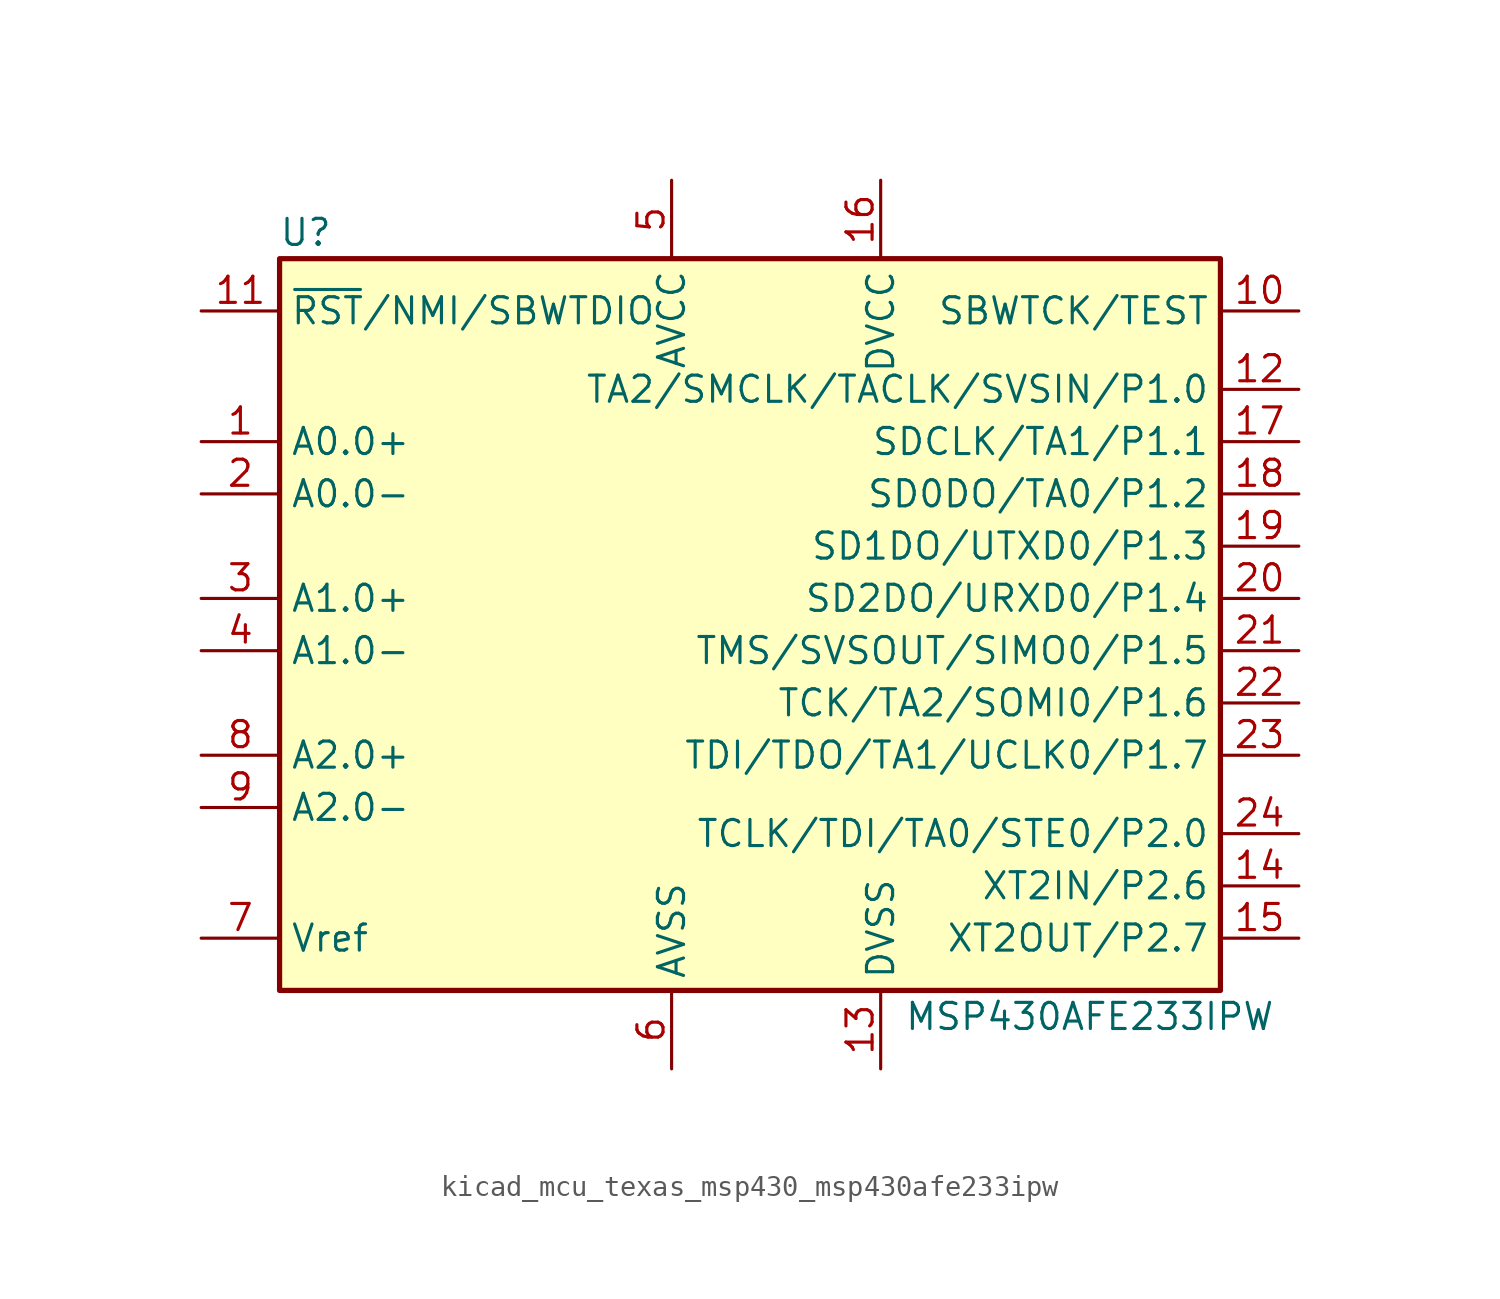
<source format=kicad_sym>
(kicad_symbol_lib
  (version 20220914)
  (generator kicad_symbol_editor)
  (symbol "kicad_mcu_texas_msp430_msp430afe233ipw"
    (property "Reference" "U"
      (at -22.86 19.05 0)
      (effects (font (size 1.27 1.27))))
    (property "Value" "MSP430AFE233IPW"
      (at 15.24 -19.05 0)
      (effects (font (size 1.27 1.27))))
    (symbol "kicad_mcu_texas_msp430_msp430afe233ipw_0_1"
      (rectangle (start -24.13 17.78) (end 21.59 -17.78) (stroke (width 0.254) (type default)) (fill (type background))))
    (symbol "kicad_mcu_texas_msp430_msp430afe233ipw_1_1"
      (pin passive line (at -27.94 8.89 0) (length 3.81) (name "A0.0+" (effects (font (size 1.27 1.27)))) (number "1" (effects (font (size 1.27 1.27)))))
      (pin input line (at 25.4 15.24 180) (length 3.81) (name "SBWTCK/TEST" (effects (font (size 1.27 1.27)))) (number "10" (effects (font (size 1.27 1.27)))))
      (pin input line (at -27.94 15.24 0) (length 3.81) (name "~{RST}/NMI/SBWTDIO" (effects (font (size 1.27 1.27)))) (number "11" (effects (font (size 1.27 1.27)))))
      (pin bidirectional line (at 25.4 11.43 180) (length 3.81) (name "TA2/SMCLK/TACLK/SVSIN/P1.0" (effects (font (size 1.27 1.27)))) (number "12" (effects (font (size 1.27 1.27)))))
      (pin power_in line (at 5.08 -21.59 90) (length 3.81) (name "DVSS" (effects (font (size 1.27 1.27)))) (number "13" (effects (font (size 1.27 1.27)))))
      (pin bidirectional line (at 25.4 -12.7 180) (length 3.81) (name "XT2IN/P2.6" (effects (font (size 1.27 1.27)))) (number "14" (effects (font (size 1.27 1.27)))))
      (pin bidirectional line (at 25.4 -15.24 180) (length 3.81) (name "XT2OUT/P2.7" (effects (font (size 1.27 1.27)))) (number "15" (effects (font (size 1.27 1.27)))))
      (pin power_in line (at 5.08 21.59 270) (length 3.81) (name "DVCC" (effects (font (size 1.27 1.27)))) (number "16" (effects (font (size 1.27 1.27)))))
      (pin bidirectional line (at 25.4 8.89 180) (length 3.81) (name "SDCLK/TA1/P1.1" (effects (font (size 1.27 1.27)))) (number "17" (effects (font (size 1.27 1.27)))))
      (pin bidirectional line (at 25.4 6.35 180) (length 3.81) (name "SD0DO/TA0/P1.2" (effects (font (size 1.27 1.27)))) (number "18" (effects (font (size 1.27 1.27)))))
      (pin bidirectional line (at 25.4 3.81 180) (length 3.81) (name "SD1DO/UTXD0/P1.3" (effects (font (size 1.27 1.27)))) (number "19" (effects (font (size 1.27 1.27)))))
      (pin passive line (at -27.94 6.35 0) (length 3.81) (name "A0.0-" (effects (font (size 1.27 1.27)))) (number "2" (effects (font (size 1.27 1.27)))))
      (pin bidirectional line (at 25.4 1.27 180) (length 3.81) (name "SD2DO/URXD0/P1.4" (effects (font (size 1.27 1.27)))) (number "20" (effects (font (size 1.27 1.27)))))
      (pin bidirectional line (at 25.4 -1.27 180) (length 3.81) (name "TMS/SVSOUT/SIMO0/P1.5" (effects (font (size 1.27 1.27)))) (number "21" (effects (font (size 1.27 1.27)))))
      (pin bidirectional line (at 25.4 -3.81 180) (length 3.81) (name "TCK/TA2/SOMI0/P1.6" (effects (font (size 1.27 1.27)))) (number "22" (effects (font (size 1.27 1.27)))))
      (pin bidirectional line (at 25.4 -6.35 180) (length 3.81) (name "TDI/TDO/TA1/UCLK0/P1.7" (effects (font (size 1.27 1.27)))) (number "23" (effects (font (size 1.27 1.27)))))
      (pin bidirectional line (at 25.4 -10.16 180) (length 3.81) (name "TCLK/TDI/TA0/STE0/P2.0" (effects (font (size 1.27 1.27)))) (number "24" (effects (font (size 1.27 1.27)))))
      (pin passive line (at -27.94 1.27 0) (length 3.81) (name "A1.0+" (effects (font (size 1.27 1.27)))) (number "3" (effects (font (size 1.27 1.27)))))
      (pin passive line (at -27.94 -1.27 0) (length 3.81) (name "A1.0-" (effects (font (size 1.27 1.27)))) (number "4" (effects (font (size 1.27 1.27)))))
      (pin power_in line (at -5.08 21.59 270) (length 3.81) (name "AVCC" (effects (font (size 1.27 1.27)))) (number "5" (effects (font (size 1.27 1.27)))))
      (pin power_in line (at -5.08 -21.59 90) (length 3.81) (name "AVSS" (effects (font (size 1.27 1.27)))) (number "6" (effects (font (size 1.27 1.27)))))
      (pin passive line (at -27.94 -15.24 0) (length 3.81) (name "Vref" (effects (font (size 1.27 1.27)))) (number "7" (effects (font (size 1.27 1.27)))))
      (pin passive line (at -27.94 -6.35 0) (length 3.81) (name "A2.0+" (effects (font (size 1.27 1.27)))) (number "8" (effects (font (size 1.27 1.27)))))
      (pin passive line (at -27.94 -8.89 0) (length 3.81) (name "A2.0-" (effects (font (size 1.27 1.27)))) (number "9" (effects (font (size 1.27 1.27))))))))
</source>
